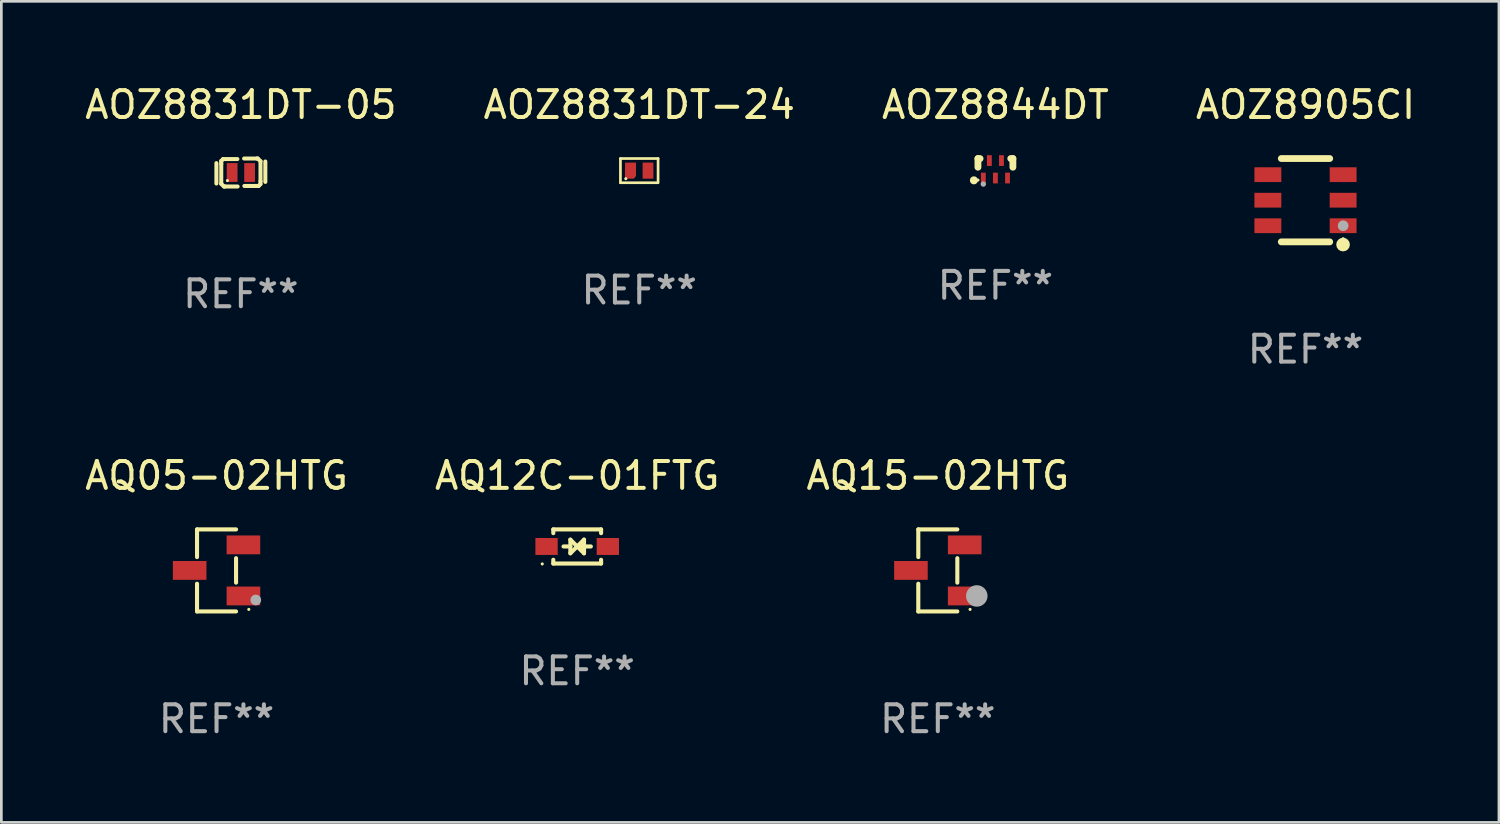
<source format=kicad_pcb>
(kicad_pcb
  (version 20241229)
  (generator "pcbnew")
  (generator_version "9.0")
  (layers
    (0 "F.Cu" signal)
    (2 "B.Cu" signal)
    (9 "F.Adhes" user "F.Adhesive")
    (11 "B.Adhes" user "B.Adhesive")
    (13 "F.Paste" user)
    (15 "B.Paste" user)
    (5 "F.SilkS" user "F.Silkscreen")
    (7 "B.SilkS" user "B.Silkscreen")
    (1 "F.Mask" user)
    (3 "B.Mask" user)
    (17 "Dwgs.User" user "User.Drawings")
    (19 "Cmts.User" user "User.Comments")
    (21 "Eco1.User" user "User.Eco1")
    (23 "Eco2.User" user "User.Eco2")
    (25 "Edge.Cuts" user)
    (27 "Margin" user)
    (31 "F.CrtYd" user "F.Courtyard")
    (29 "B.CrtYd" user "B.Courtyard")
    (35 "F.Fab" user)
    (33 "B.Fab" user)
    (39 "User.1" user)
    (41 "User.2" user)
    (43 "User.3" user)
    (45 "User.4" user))
  (footprint "AOZ8844DT"
    (layer "F.Cu")
    (at 33.982 3.211)
    (property "Reference" "AOZ8844DT" (at 0 -2.362 0) (layer "F.SilkS") (effects (font (size 1 1) (thickness 0.15))))
    (attr through_hole)
    (fp_line (start -0.65 -0.362) (end -0.65 -0.04) (stroke (width 0.254) (type solid)) (layer "F.SilkS"))
    (fp_line (start -0.65 -0.362) (end -0.571 -0.362) (stroke (width 0.254) (type solid)) (layer "F.SilkS"))
    (fp_line (start 0.571 -0.362) (end 0.65 -0.362) (stroke (width 0.254) (type solid)) (layer "F.SilkS"))
    (fp_line (start 0.65 -0.362) (end 0.65 -0.04) (stroke (width 0.254) (type solid)) (layer "F.SilkS"))
    (fp_circle (center -0.8 0.448) (end -0.725 0.448) (stroke (width 0.15) (type solid)) (fill no) (layer "F.SilkS"))
    (fp_circle (center -0.65 0.438) (end -0.62 0.438) (stroke (width 0.06) (type solid)) (fill no) (layer "F.SilkS"))
    (fp_circle (center -0.45 0.587) (end -0.4 0.587) (stroke (width 0.1) (type solid)) (fill no) (layer "F.Fab"))
    (fp_text user "REF**" (at 0 4.362 0) (layer "F.Fab") (effects (font (size 1 1) (thickness 0.15))))
    (pad "1" smd rect (at -0.45 0.362 90) (size 0.4 0.18) (layers "F.Cu" "F.Mask" "F.Paste"))
    (pad "2" smd rect (at 0 0.362 90) (size 0.4 0.18) (layers "F.Cu" "F.Mask" "F.Paste"))
    (pad "3" smd rect (at 0.45 0.362 90) (size 0.4 0.18) (layers "F.Cu" "F.Mask" "F.Paste"))
    (pad "4" smd rect (at 0.225 -0.287 90) (size 0.4 0.18) (layers "F.Cu" "F.Mask" "F.Paste"))
    (pad "5" smd rect (at -0.225 -0.287 90) (size 0.4 0.18) (layers "F.Cu" "F.Mask" "F.Paste")))
  (footprint "AOZ8905CI"
    (layer "F.Cu")
    (at 45.518 4.398)
    (property "Reference" "AOZ8905CI" (at 0 -3.55 0) (layer "F.SilkS") (effects (font (size 1 1) (thickness 0.15))))
    (attr through_hole)
    (fp_line (start -0.9 -1.55) (end 0.9 -1.55) (stroke (width 0.254) (type solid)) (layer "F.SilkS"))
    (fp_line (start -0.9 1.55) (end 0.9 1.55) (stroke (width 0.254) (type solid)) (layer "F.SilkS"))
    (fp_circle (center 1.397 1.651) (end 1.524 1.651) (stroke (width 0.254) (type solid)) (fill no) (layer "F.SilkS"))
    (fp_circle (center 1.4 1.435) (end 1.43 1.435) (stroke (width 0.06) (type solid)) (fill no) (layer "F.SilkS"))
    (fp_circle (center 1.4 0.95) (end 1.5 0.95) (stroke (width 0.2) (type solid)) (fill no) (layer "F.Fab"))
    (fp_text user "REF**" (at 0 5.55 0) (layer "F.Fab") (effects (font (size 1 1) (thickness 0.15))))
    (pad "1" smd rect (at 1.4 0.95) (size 1 0.55) (layers "F.Cu" "F.Mask" "F.Paste"))
    (pad "2" smd rect (at 1.4 -0.000102) (size 1 0.55) (layers "F.Cu" "F.Mask" "F.Paste"))
    (pad "3" smd rect (at 1.4 -0.95) (size 1 0.55) (layers "F.Cu" "F.Mask" "F.Paste"))
    (pad "4" smd rect (at -1.4 -0.95) (size 1 0.55) (layers "F.Cu" "F.Mask" "F.Paste"))
    (pad "5" smd rect (at -1.4 -0.000102) (size 1 0.55) (layers "F.Cu" "F.Mask" "F.Paste"))
    (pad "6" smd rect (at -1.4 0.95) (size 1 0.55) (layers "F.Cu" "F.Mask" "F.Paste")))
  (footprint "AOZ8831DT-05"
    (layer "F.Cu")
    (at 5.911 3.368)
    (property "Reference" "AOZ8831DT-05" (at 0 -2.52 0) (layer "F.SilkS") (effects (font (size 1 1) (thickness 0.15))))
    (attr through_hole)
    (fp_line (start -0.91 0.41) (end -0.91 -0.35) (stroke (width 0.15) (type solid)) (layer "F.SilkS"))
    (fp_line (start -0.73 -0.43) (end -0.66 -0.5) (stroke (width 0.15) (type solid)) (layer "F.SilkS"))
    (fp_line (start -0.73 -0.32) (end -0.73 -0.43) (stroke (width 0.15) (type solid)) (layer "F.SilkS"))
    (fp_line (start -0.73 0.42) (end -0.73 -0.32) (stroke (width 0.15) (type solid)) (layer "F.SilkS"))
    (fp_line (start -0.66 -0.5) (end -0.13 -0.5) (stroke (width 0.15) (type solid)) (layer "F.SilkS"))
    (fp_line (start -0.63 0.52) (end -0.73 0.42) (stroke (width 0.15) (type solid)) (layer "F.SilkS"))
    (fp_line (start -0.6 0.52) (end -0.63 0.52) (stroke (width 0.15) (type solid)) (layer "F.SilkS"))
    (fp_line (start -0.12 0.52) (end -0.6 0.52) (stroke (width 0.15) (type solid)) (layer "F.SilkS"))
    (fp_line (start 0.12 -0.52) (end 0.6 -0.52) (stroke (width 0.15) (type solid)) (layer "F.SilkS"))
    (fp_line (start 0.6 -0.52) (end 0.63 -0.52) (stroke (width 0.15) (type solid)) (layer "F.SilkS"))
    (fp_line (start 0.63 -0.52) (end 0.73 -0.42) (stroke (width 0.15) (type solid)) (layer "F.SilkS"))
    (fp_line (start 0.66 0.5) (end 0.13 0.5) (stroke (width 0.15) (type solid)) (layer "F.SilkS"))
    (fp_line (start 0.73 -0.42) (end 0.73 0.32) (stroke (width 0.15) (type solid)) (layer "F.SilkS"))
    (fp_line (start 0.73 0.32) (end 0.73 0.43) (stroke (width 0.15) (type solid)) (layer "F.SilkS"))
    (fp_line (start 0.73 0.43) (end 0.66 0.5) (stroke (width 0.15) (type solid)) (layer "F.SilkS"))
    (fp_line (start 0.91 -0.41) (end 0.91 0.35) (stroke (width 0.15) (type solid)) (layer "F.SilkS"))
    (fp_circle (center -0.5 0.3) (end -0.47 0.3) (stroke (width 0.06) (type solid)) (fill no) (layer "F.SilkS"))
    (fp_text user "REF**" (at 0 4.52 0) (layer "F.Fab") (effects (font (size 1 1) (thickness 0.15))))
    (pad "1" smd rect (at -0.325 0.000013) (size 0.4 0.7) (layers "F.Cu" "F.Mask" "F.Paste"))
    (pad "2" smd rect (at 0.325 0.000013) (size 0.4 0.7) (layers "F.Cu" "F.Mask" "F.Paste")))
  (footprint "AQ15-02HTG"
    (layer "F.Cu")
    (at 31.839 18.171)
    (property "Reference" "AQ15-02HTG" (at 0 -3.526 0) (layer "F.SilkS") (effects (font (size 1 1) (thickness 0.15))))
    (attr through_hole)
    (fp_line (start -0.726 -1.526) (end -0.726 -0.495) (stroke (width 0.152) (type solid)) (layer "F.SilkS"))
    (fp_line (start -0.726 1.526) (end -0.726 0.495) (stroke (width 0.152) (type solid)) (layer "F.SilkS"))
    (fp_line (start 0.726 -1.526) (end -0.726 -1.526) (stroke (width 0.152) (type solid)) (layer "F.SilkS"))
    (fp_line (start 0.726 -0.455) (end 0.726 0.455) (stroke (width 0.152) (type solid)) (layer "F.SilkS"))
    (fp_line (start 0.726 1.526) (end -0.726 1.526) (stroke (width 0.152) (type solid)) (layer "F.SilkS"))
    (fp_circle (center 1.2 1.45) (end 1.23 1.45) (stroke (width 0.06) (type solid)) (fill no) (layer "F.SilkS"))
    (fp_circle (center 1.45 0.95) (end 1.65 0.95) (stroke (width 0.4) (type solid)) (fill no) (layer "F.Fab"))
    (fp_text user "REF**" (at 0 5.526 0) (layer "F.Fab") (effects (font (size 1 1) (thickness 0.15))))
    (pad "1" smd rect (at 1 0.95) (size 1.25 0.7) (layers "F.Cu" "F.Mask" "F.Paste"))
    (pad "2" smd rect (at 1 -0.95) (size 1.25 0.7) (layers "F.Cu" "F.Mask" "F.Paste"))
    (pad "3" smd rect (at -1 0.000102) (size 1.25 0.7) (layers "F.Cu" "F.Mask" "F.Paste")))
  (footprint "AQ12C-01FTG"
    (layer "F.Cu")
    (at 18.423 17.28)
    (property "Reference" "AQ12C-01FTG" (at 0 -2.635 0) (layer "F.SilkS") (effects (font (size 1 1) (thickness 0.15))))
    (attr through_hole)
    (fp_line (start -0.889 -0.635) (end 0.889 -0.635) (stroke (width 0.152) (type solid)) (layer "F.SilkS"))
    (fp_line (start -0.889 -0.495) (end -0.889 -0.635) (stroke (width 0.152) (type solid)) (layer "F.SilkS"))
    (fp_line (start -0.889 0.635) (end -0.889 0.495) (stroke (width 0.152) (type solid)) (layer "F.SilkS"))
    (fp_line (start -0.889 0.635) (end 0.889 0.635) (stroke (width 0.152) (type solid)) (layer "F.SilkS"))
    (fp_line (start -0.508 -0.000051) (end -0.254 -0.000051) (stroke (width 0.152) (type solid)) (layer "F.SilkS"))
    (fp_line (start -0.254 -0.254) (end 0 -0.000051) (stroke (width 0.152) (type solid)) (layer "F.SilkS"))
    (fp_line (start -0.254 0.254) (end -0.254 -0.254) (stroke (width 0.152) (type solid)) (layer "F.SilkS"))
    (fp_line (start 0 -0.000051) (end -0.254 0.254) (stroke (width 0.152) (type solid)) (layer "F.SilkS"))
    (fp_line (start 0 -0.000051) (end 0.254 -0.254) (stroke (width 0.152) (type solid)) (layer "F.SilkS"))
    (fp_line (start 0.254 -0.254) (end 0.254 0.254) (stroke (width 0.152) (type solid)) (layer "F.SilkS"))
    (fp_line (start 0.254 0.254) (end 0 -0.000051) (stroke (width 0.152) (type solid)) (layer "F.SilkS"))
    (fp_line (start 0.508 -0.000051) (end 0.127 -0.000051) (stroke (width 0.152) (type solid)) (layer "F.SilkS"))
    (fp_line (start 0.889 -0.635) (end 0.889 -0.495) (stroke (width 0.152) (type solid)) (layer "F.SilkS"))
    (fp_line (start 0.889 0.495) (end 0.889 0.635) (stroke (width 0.152) (type solid)) (layer "F.SilkS"))
    (fp_circle (center -1.3 0.65) (end -1.27 0.65) (stroke (width 0.06) (type solid)) (fill no) (layer "F.SilkS"))
    (fp_text user "REF**" (at 0 4.635 0) (layer "F.Fab") (effects (font (size 1 1) (thickness 0.15))))
    (pad "1" smd rect (at -1.14 0.000152 90) (size 0.63 0.83) (layers "F.Cu" "F.Mask" "F.Paste"))
    (pad "2" smd rect (at 1.14 -0.000102 90) (size 0.63 0.83) (layers "F.Cu" "F.Mask" "F.Paste")))
  (footprint "AQ05-02HTG"
    (layer "F.Cu")
    (at 5.006 18.171)
    (property "Reference" "AQ05-02HTG" (at 0 -3.526 0) (layer "F.SilkS") (effects (font (size 1 1) (thickness 0.15))))
    (attr through_hole)
    (fp_line (start -0.726 -1.526) (end -0.726 -0.495) (stroke (width 0.152) (type solid)) (layer "F.SilkS"))
    (fp_line (start -0.726 1.526) (end -0.726 0.495) (stroke (width 0.152) (type solid)) (layer "F.SilkS"))
    (fp_line (start 0.726 -1.526) (end -0.726 -1.526) (stroke (width 0.152) (type solid)) (layer "F.SilkS"))
    (fp_line (start 0.726 -0.455) (end 0.726 0.455) (stroke (width 0.152) (type solid)) (layer "F.SilkS"))
    (fp_line (start 0.726 1.526) (end -0.726 1.526) (stroke (width 0.152) (type solid)) (layer "F.SilkS"))
    (fp_circle (center 1.2 1.45) (end 1.23 1.45) (stroke (width 0.06) (type solid)) (fill no) (layer "F.SilkS"))
    (fp_circle (center 1.46 1.1) (end 1.56 1.1) (stroke (width 0.2) (type solid)) (fill no) (layer "F.Fab"))
    (fp_text user "REF**" (at 0 5.526 0) (layer "F.Fab") (effects (font (size 1 1) (thickness 0.15))))
    (pad "1" smd rect (at 1 0.95) (size 1.25 0.7) (layers "F.Cu" "F.Mask" "F.Paste"))
    (pad "2" smd rect (at 1 -0.95) (size 1.25 0.7) (layers "F.Cu" "F.Mask" "F.Paste"))
    (pad "3" smd rect (at -1 0) (size 1.25 0.7) (layers "F.Cu" "F.Mask" "F.Paste")))
  (footprint "AOZ8831DT-24"
    (layer "F.Cu")
    (at 20.732 3.298)
    (property "Reference" "AOZ8831DT-24" (at 0 -2.45 0) (layer "F.SilkS") (effects (font (size 1 1) (thickness 0.15))))
    (attr through_hole)
    (fp_line (start -0.7 -0.45) (end -0.7 0.45) (stroke (width 0.1) (type solid)) (layer "F.SilkS"))
    (fp_line (start -0.7 -0.45) (end 0.7 -0.45) (stroke (width 0.1) (type solid)) (layer "F.SilkS"))
    (fp_line (start -0.7 0.45) (end 0.69 0.45) (stroke (width 0.1) (type solid)) (layer "F.SilkS"))
    (fp_line (start 0.7 -0.45) (end 0.7 0.45) (stroke (width 0.1) (type solid)) (layer "F.SilkS"))
    (fp_circle (center -0.5 0.3) (end -0.47 0.3) (stroke (width 0.06) (type solid)) (fill no) (layer "F.SilkS"))
    (fp_text user "REF**" (at 0 4.45 0) (layer "F.Fab") (effects (font (size 1 1) (thickness 0.15))))
    (pad "1" smd custom (at -0.325 0) (size 0.41 0.6) (layers "F.Cu" "F.Mask" "F.Paste") (options (anchor circle)) (primitives (gr_poly (pts (xy -0.205 -0.3) (xy -0.205 0.3) (xy 0.125 0.3) (xy 0.205 0.2) (xy 0.205 -0.3) (xy -0.205 -0.3)) (width 0) (fill yes))))
    (pad "2" smd rect (at 0.325 0 90) (size 0.6 0.4) (layers "F.Cu" "F.Mask" "F.Paste")))
  (gr_rect
    (start -3 -3)
    (end 52.714 27.546)
    (stroke (width 0.1) (type default))
    (fill no)
    (layer "Edge.Cuts")))
</source>
